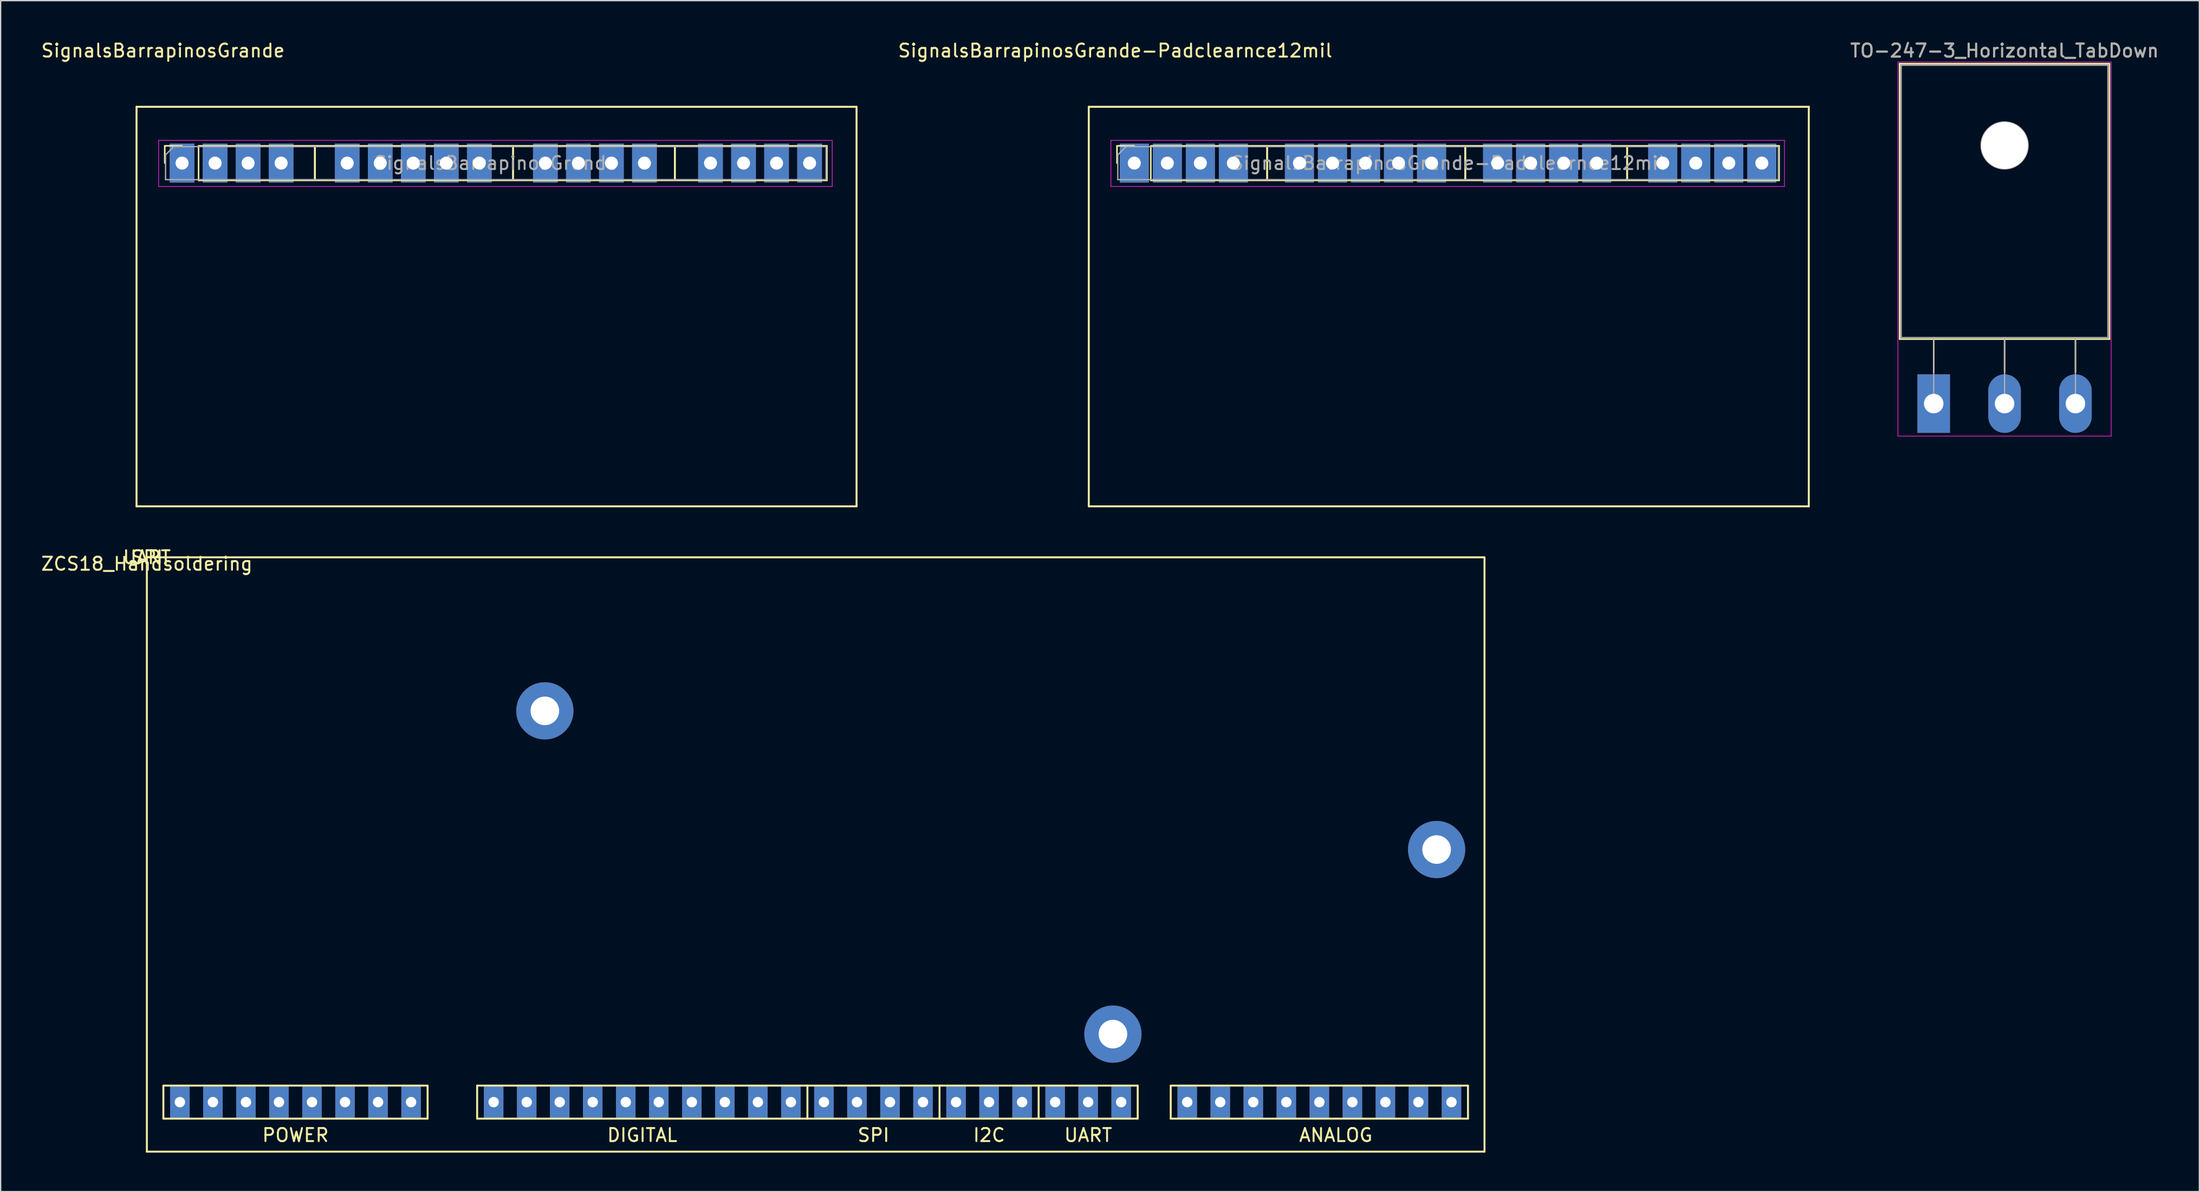
<source format=kicad_pcb>
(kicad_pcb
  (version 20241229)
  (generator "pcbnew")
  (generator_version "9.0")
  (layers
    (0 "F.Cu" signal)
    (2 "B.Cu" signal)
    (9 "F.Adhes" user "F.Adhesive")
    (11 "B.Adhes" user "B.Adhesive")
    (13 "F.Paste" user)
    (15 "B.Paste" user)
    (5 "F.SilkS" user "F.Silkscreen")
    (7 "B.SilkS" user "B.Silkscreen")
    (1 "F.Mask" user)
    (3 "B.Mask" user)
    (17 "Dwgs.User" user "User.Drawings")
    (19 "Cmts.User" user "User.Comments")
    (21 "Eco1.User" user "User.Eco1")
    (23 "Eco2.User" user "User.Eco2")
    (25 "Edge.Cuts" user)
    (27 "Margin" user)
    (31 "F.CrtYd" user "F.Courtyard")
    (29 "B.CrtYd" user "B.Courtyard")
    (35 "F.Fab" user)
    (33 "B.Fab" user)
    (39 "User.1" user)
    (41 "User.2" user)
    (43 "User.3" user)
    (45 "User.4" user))
  (footprint "ZCS18_Handsoldering"
    (layer "F.Cu")
    (at 8.244 39.824)
    (property "Reference" "ZCS18_Handsoldering" (at 0 0.5 0) (layer "F.SilkS") (effects (font (size 1 1) (thickness 0.15))))
    (attr through_hole)
    (fp_line (start 0 0) (end 0 45.72) (stroke (width 0.15) (type solid)) (layer "F.SilkS"))
    (fp_line (start 0 0) (end 102.87 0) (stroke (width 0.15) (type solid)) (layer "F.SilkS"))
    (fp_line (start 0 45.72) (end 102.87 45.72) (stroke (width 0.15) (type solid)) (layer "F.SilkS"))
    (fp_line (start 1.27 40.64) (end 1.27 43.18) (stroke (width 0.15) (type solid)) (layer "F.SilkS"))
    (fp_line (start 1.27 43.18) (end 21.59 43.18) (stroke (width 0.15) (type solid)) (layer "F.SilkS"))
    (fp_line (start 21.59 40.64) (end 1.27 40.64) (stroke (width 0.15) (type solid)) (layer "F.SilkS"))
    (fp_line (start 21.59 43.18) (end 21.59 40.64) (stroke (width 0.15) (type solid)) (layer "F.SilkS"))
    (fp_line (start 25.4 40.64) (end 25.4 43.18) (stroke (width 0.15) (type solid)) (layer "F.SilkS"))
    (fp_line (start 25.4 43.18) (end 50.8 43.18) (stroke (width 0.15) (type solid)) (layer "F.SilkS"))
    (fp_line (start 50.8 40.64) (end 25.4 40.64) (stroke (width 0.15) (type solid)) (layer "F.SilkS"))
    (fp_line (start 50.8 43.18) (end 50.8 40.64) (stroke (width 0.15) (type solid)) (layer "F.SilkS"))
    (fp_line (start 50.8 43.18) (end 60.96 43.18) (stroke (width 0.15) (type solid)) (layer "F.SilkS"))
    (fp_line (start 60.96 40.64) (end 50.8 40.64) (stroke (width 0.15) (type solid)) (layer "F.SilkS"))
    (fp_line (start 60.96 43.18) (end 60.96 40.64) (stroke (width 0.15) (type solid)) (layer "F.SilkS"))
    (fp_line (start 60.96 43.18) (end 68.58 43.18) (stroke (width 0.15) (type solid)) (layer "F.SilkS"))
    (fp_line (start 68.58 40.64) (end 60.96 40.64) (stroke (width 0.15) (type solid)) (layer "F.SilkS"))
    (fp_line (start 68.58 43.18) (end 68.58 40.64) (stroke (width 0.15) (type solid)) (layer "F.SilkS"))
    (fp_line (start 68.58 43.18) (end 76.2 43.18) (stroke (width 0.15) (type solid)) (layer "F.SilkS"))
    (fp_line (start 76.2 40.64) (end 68.58 40.64) (stroke (width 0.15) (type solid)) (layer "F.SilkS"))
    (fp_line (start 76.2 43.18) (end 76.2 40.64) (stroke (width 0.15) (type solid)) (layer "F.SilkS"))
    (fp_line (start 78.74 40.64) (end 78.74 43.18) (stroke (width 0.15) (type solid)) (layer "F.SilkS"))
    (fp_line (start 78.74 43.18) (end 101.6 43.18) (stroke (width 0.15) (type solid)) (layer "F.SilkS"))
    (fp_line (start 101.6 40.64) (end 78.74 40.64) (stroke (width 0.15) (type solid)) (layer "F.SilkS"))
    (fp_line (start 101.6 43.18) (end 101.6 40.64) (stroke (width 0.15) (type solid)) (layer "F.SilkS"))
    (fp_line (start 102.87 0) (end 102.87 45.72) (stroke (width 0.15) (type solid)) (layer "F.SilkS"))
    (fp_text user "SPI" (at 0 0 0) (layer "F.SilkS") (effects (font (size 1 1) (thickness 0.15))))
    (fp_text user "ANALOG" (at 91.44 44.45 0) (layer "F.SilkS") (effects (font (size 1 1) (thickness 0.15))))
    (fp_text user "POWER" (at 11.43 44.45 0) (layer "F.SilkS") (effects (font (size 1 1) (thickness 0.15))))
    (fp_text user "I2C" (at 64.77 44.45 0) (layer "F.SilkS") (effects (font (size 1 1) (thickness 0.15))))
    (fp_text user "UART" (at 72.39 44.45 0) (layer "F.SilkS") (effects (font (size 1 1) (thickness 0.15))))
    (fp_text user "UART" (at 0 0 0) (layer "F.SilkS") (effects (font (size 1 1) (thickness 0.15))))
    (fp_text user "SPI" (at 55.88 44.45 0) (layer "F.SilkS") (effects (font (size 1 1) (thickness 0.15))))
    (fp_text user "DIGITAL" (at 38.1 44.45 0) (layer "F.SilkS") (effects (font (size 1 1) (thickness 0.15))))
    (pad "1" thru_hole rect (at 2.54 41.91) (size 1.5 2.4) (drill 0.8) (layers "*.Cu" "*.Mask"))
    (pad "2" thru_hole rect (at 5.08 41.91) (size 1.5 2.4) (drill 0.8) (layers "*.Cu" "*.Mask"))
    (pad "3" thru_hole rect (at 7.62 41.91) (size 1.5 2.4) (drill 0.8) (layers "*.Cu" "*.Mask"))
    (pad "4" thru_hole rect (at 10.16 41.91) (size 1.5 2.4) (drill 0.8) (layers "*.Cu" "*.Mask"))
    (pad "5" thru_hole rect (at 12.7 41.91) (size 1.5 2.4) (drill 0.8) (layers "*.Cu" "*.Mask"))
    (pad "6" thru_hole rect (at 15.24 41.91) (size 1.5 2.4) (drill 0.8) (layers "*.Cu" "*.Mask"))
    (pad "7" thru_hole rect (at 17.78 41.91) (size 1.5 2.4) (drill 0.8) (layers "*.Cu" "*.Mask"))
    (pad "8" thru_hole rect (at 20.32 41.91) (size 1.5 2.4) (drill 0.8) (layers "*.Cu" "*.Mask"))
    (pad "9" thru_hole rect (at 26.67 41.91) (size 1.5 2.4) (drill 0.8) (layers "*.Cu" "*.Mask"))
    (pad "10" thru_hole rect (at 29.21 41.91) (size 1.5 2.4) (drill 0.8) (layers "*.Cu" "*.Mask"))
    (pad "11" thru_hole rect (at 31.75 41.91) (size 1.5 2.4) (drill 0.8) (layers "*.Cu" "*.Mask"))
    (pad "12" thru_hole rect (at 34.29 41.91) (size 1.5 2.4) (drill 0.8) (layers "*.Cu" "*.Mask"))
    (pad "13" thru_hole rect (at 36.83 41.91) (size 1.5 2.4) (drill 0.8) (layers "*.Cu" "*.Mask"))
    (pad "14" thru_hole rect (at 39.37 41.91) (size 1.5 2.4) (drill 0.8) (layers "*.Cu" "*.Mask"))
    (pad "15" thru_hole rect (at 41.91 41.91) (size 1.5 2.4) (drill 0.8) (layers "*.Cu" "*.Mask"))
    (pad "16" thru_hole rect (at 44.45 41.91) (size 1.5 2.4) (drill 0.8) (layers "*.Cu" "*.Mask"))
    (pad "17" thru_hole rect (at 46.99 41.91) (size 1.5 2.4) (drill 0.8) (layers "*.Cu" "*.Mask"))
    (pad "18" thru_hole rect (at 49.53 41.91) (size 1.5 2.4) (drill 0.8) (layers "*.Cu" "*.Mask"))
    (pad "19" thru_hole rect (at 52.07 41.91) (size 1.5 2.4) (drill 0.8) (layers "*.Cu" "*.Mask"))
    (pad "20" thru_hole rect (at 54.61 41.91) (size 1.5 2.4) (drill 0.8) (layers "*.Cu" "*.Mask"))
    (pad "21" thru_hole rect (at 57.15 41.91) (size 1.5 2.4) (drill 0.8) (layers "*.Cu" "*.Mask"))
    (pad "22" thru_hole rect (at 59.69 41.91) (size 1.5 2.4) (drill 0.8) (layers "*.Cu" "*.Mask"))
    (pad "23" thru_hole rect (at 62.23 41.91) (size 1.5 2.4) (drill 0.8) (layers "*.Cu" "*.Mask"))
    (pad "24" thru_hole rect (at 64.77 41.91) (size 1.5 2.4) (drill 0.8) (layers "*.Cu" "*.Mask"))
    (pad "25" thru_hole rect (at 67.31 41.91) (size 1.5 2.4) (drill 0.8) (layers "*.Cu" "*.Mask"))
    (pad "26" thru_hole rect (at 69.85 41.91) (size 1.5 2.4) (drill 0.8) (layers "*.Cu" "*.Mask"))
    (pad "27" thru_hole rect (at 72.39 41.91) (size 1.5 2.4) (drill 0.8) (layers "*.Cu" "*.Mask"))
    (pad "28" thru_hole rect (at 74.93 41.91) (size 1.5 2.4) (drill 0.8) (layers "*.Cu" "*.Mask"))
    (pad "29" thru_hole rect (at 80.01 41.91) (size 1.5 2.4) (drill 0.8) (layers "*.Cu" "*.Mask"))
    (pad "30" thru_hole rect (at 82.55 41.91) (size 1.5 2.4) (drill 0.8) (layers "*.Cu" "*.Mask"))
    (pad "31" thru_hole rect (at 85.09 41.91) (size 1.5 2.4) (drill 0.8) (layers "*.Cu" "*.Mask"))
    (pad "32" thru_hole rect (at 87.63 41.91) (size 1.5 2.4) (drill 0.8) (layers "*.Cu" "*.Mask"))
    (pad "33" thru_hole rect (at 90.17 41.91) (size 1.5 2.4) (drill 0.8) (layers "*.Cu" "*.Mask"))
    (pad "34" thru_hole rect (at 92.71 41.91) (size 1.5 2.4) (drill 0.8) (layers "*.Cu" "*.Mask"))
    (pad "35" thru_hole rect (at 95.25 41.91) (size 1.5 2.4) (drill 0.8) (layers "*.Cu" "*.Mask"))
    (pad "36" thru_hole rect (at 97.79 41.91) (size 1.5 2.4) (drill 0.8) (layers "*.Cu" "*.Mask"))
    (pad "37" thru_hole rect (at 100.33 41.91) (size 1.5 2.4) (drill 0.8) (layers "*.Cu" "*.Mask"))
    (pad "38" thru_hole circle (at 74.295 36.679) (size 4.4 4.4) (drill 2.2) (layers "*.Cu" "*.Mask"))
    (pad "39" thru_hole circle (at 99.187 22.479) (size 4.4 4.4) (drill 2.2) (layers "*.Cu" "*.Mask"))
    (pad "40" thru_hole circle (at 30.608 11.811) (size 4.4 4.4) (drill 2.2) (layers "*.Cu" "*.Mask")))
  (footprint "TO-247-3_Horizontal_TabDown"
    (layer "F.Cu")
    (at 145.66 27.998)
    (property "Reference" "TO-247-3_Horizontal_TabDown" (at 5.45 -27.15 0) (layer "F.SilkS") (effects (font (size 1 1) (thickness 0.15))))
    (attr through_hole)
    (fp_line (start -2.62 -26.15) (end -2.62 -4.96) (stroke (width 0.12) (type solid)) (layer "F.SilkS"))
    (fp_line (start -2.62 -26.15) (end 13.52 -26.15) (stroke (width 0.12) (type solid)) (layer "F.SilkS"))
    (fp_line (start -2.62 -4.96) (end 13.52 -4.96) (stroke (width 0.12) (type solid)) (layer "F.SilkS"))
    (fp_line (start 0 -4.96) (end 0 -2.4) (stroke (width 0.12) (type solid)) (layer "F.SilkS"))
    (fp_line (start 5.45 -4.96) (end 5.45 -2.4) (stroke (width 0.12) (type solid)) (layer "F.SilkS"))
    (fp_line (start 10.9 -4.96) (end 10.9 -2.4) (stroke (width 0.12) (type solid)) (layer "F.SilkS"))
    (fp_line (start 13.52 -26.15) (end 13.52 -4.96) (stroke (width 0.12) (type solid)) (layer "F.SilkS"))
    (fp_line (start -2.75 -26.28) (end -2.75 2.5) (stroke (width 0.05) (type solid)) (layer "F.CrtYd"))
    (fp_line (start -2.75 2.5) (end 13.65 2.5) (stroke (width 0.05) (type solid)) (layer "F.CrtYd"))
    (fp_line (start 13.65 -26.28) (end -2.75 -26.28) (stroke (width 0.05) (type solid)) (layer "F.CrtYd"))
    (fp_line (start 13.65 2.5) (end 13.65 -26.28) (stroke (width 0.05) (type solid)) (layer "F.CrtYd"))
    (fp_line (start -2.5 -26.03) (end 13.4 -26.03) (stroke (width 0.1) (type solid)) (layer "F.Fab"))
    (fp_line (start -2.5 -5.08) (end -2.5 -26.03) (stroke (width 0.1) (type solid)) (layer "F.Fab"))
    (fp_line (start 0 -5.08) (end 0 0) (stroke (width 0.1) (type solid)) (layer "F.Fab"))
    (fp_line (start 5.45 -5.08) (end 5.45 0) (stroke (width 0.1) (type solid)) (layer "F.Fab"))
    (fp_line (start 10.9 -5.08) (end 10.9 0) (stroke (width 0.1) (type solid)) (layer "F.Fab"))
    (fp_line (start 13.4 -26.03) (end 13.4 -5.08) (stroke (width 0.1) (type solid)) (layer "F.Fab"))
    (fp_line (start 13.4 -5.08) (end -2.5 -5.08) (stroke (width 0.1) (type solid)) (layer "F.Fab"))
    (fp_circle (center 5.45 -19.86) (end 7.255 -19.86) (stroke (width 0.1) (type solid)) (fill no) (layer "F.Fab"))
    (fp_text user "${REFERENCE}" (at 5.45 -27.15 0) (layer "F.Fab") (effects (font (size 1 1) (thickness 0.15))))
    (pad "" np_thru_hole oval (at 5.45 -19.86) (size 3.6 3.6) (drill 3.6) (layers "*.Cu" "*.Mask"))
    (pad "1" thru_hole rect (at 0 0) (size 2.5 4.5) (drill 1.5) (layers "*.Cu" "*.Mask"))
    (pad "2" thru_hole oval (at 5.45 0) (size 2.5 4.5) (drill 1.5) (layers "*.Cu" "*.Mask"))
    (pad "3" thru_hole oval (at 10.9 0) (size 2.5 4.5) (drill 1.5) (layers "*.Cu" "*.Mask")))
  (footprint "SignalsBarrapinosGrande-Padclearnce12mil"
    (layer "F.Cu")
    (at 80.681 5.166)
    (property "Reference" "SignalsBarrapinosGrande-Padclearnce12mil" (at 2.032 -4.318 180) (layer "F.SilkS") (effects (font (size 1 1) (thickness 0.15))))
    (attr through_hole)
    (fp_line (start 0 0) (end 0 30.734) (stroke (width 0.15) (type solid)) (layer "F.SilkS"))
    (fp_line (start 2.171 3.002) (end 3.501 3.002) (stroke (width 0.12) (type solid)) (layer "F.SilkS"))
    (fp_line (start 2.171 4.332) (end 2.171 3.002) (stroke (width 0.12) (type solid)) (layer "F.SilkS"))
    (fp_line (start 4.771 3.002) (end 53.091 3.002) (stroke (width 0.12) (type solid)) (layer "F.SilkS"))
    (fp_line (start 4.771 5.662) (end 4.771 3.002) (stroke (width 0.12) (type solid)) (layer "F.SilkS"))
    (fp_line (start 4.771 5.662) (end 53.091 5.662) (stroke (width 0.12) (type solid)) (layer "F.SilkS"))
    (fp_line (start 13.716 5.588) (end 13.716 3.048) (stroke (width 0.15) (type solid)) (layer "F.SilkS"))
    (fp_line (start 28.956 5.588) (end 28.956 3.048) (stroke (width 0.15) (type solid)) (layer "F.SilkS"))
    (fp_line (start 41.402 5.588) (end 41.402 3.048) (stroke (width 0.15) (type solid)) (layer "F.SilkS"))
    (fp_line (start 53.091 5.662) (end 53.091 3.002) (stroke (width 0.12) (type solid)) (layer "F.SilkS"))
    (fp_line (start 55.372 0) (end 0 0) (stroke (width 0.15) (type solid)) (layer "F.SilkS"))
    (fp_line (start 55.372 0) (end 55.372 30.734) (stroke (width 0.15) (type solid)) (layer "F.SilkS"))
    (fp_line (start 55.372 30.734) (end 0 30.734) (stroke (width 0.15) (type solid)) (layer "F.SilkS"))
    (fp_line (start 1.701 2.582) (end 53.501 2.582) (stroke (width 0.05) (type solid)) (layer "F.CrtYd"))
    (fp_line (start 1.701 6.132) (end 1.701 2.582) (stroke (width 0.05) (type solid)) (layer "F.CrtYd"))
    (fp_line (start 53.501 2.582) (end 53.501 6.132) (stroke (width 0.05) (type solid)) (layer "F.CrtYd"))
    (fp_line (start 53.501 6.132) (end 1.701 6.132) (stroke (width 0.05) (type solid)) (layer "F.CrtYd"))
    (fp_line (start 2.231 3.697) (end 2.866 3.062) (stroke (width 0.1) (type solid)) (layer "F.Fab"))
    (fp_line (start 2.231 5.602) (end 2.231 3.697) (stroke (width 0.1) (type solid)) (layer "F.Fab"))
    (fp_line (start 2.866 3.062) (end 53.031 3.062) (stroke (width 0.1) (type solid)) (layer "F.Fab"))
    (fp_line (start 53.031 3.062) (end 53.031 5.602) (stroke (width 0.1) (type solid)) (layer "F.Fab"))
    (fp_line (start 53.031 5.602) (end 2.231 5.602) (stroke (width 0.1) (type solid)) (layer "F.Fab"))
    (fp_text user "${REFERENCE}" (at 27.631 4.332 180) (layer "F.Fab") (effects (font (size 1 1) (thickness 0.15))))
    (pad "1" thru_hole rect (at 3.501 4.332 90) (size 3 2.235) (drill 1) (layers "*.Cu" "*.Mask"))
    (pad "2" thru_hole rect (at 6.041 4.332 90) (size 3 2.235) (drill 1) (layers "*.Cu" "*.Mask"))
    (pad "3" thru_hole rect (at 8.581 4.332 90) (size 3 2.235) (drill 1) (layers "*.Cu" "*.Mask"))
    (pad "4" thru_hole rect (at 11.121 4.332 90) (size 3 2.235) (drill 1) (layers "*.Cu" "*.Mask"))
    (pad "5" thru_hole rect (at 16.201 4.332 90) (size 3 2.235) (drill 1) (layers "*.Cu" "*.Mask"))
    (pad "6" thru_hole rect (at 18.741 4.332 90) (size 3 2.235) (drill 1) (layers "*.Cu" "*.Mask"))
    (pad "7" thru_hole rect (at 21.281 4.332 90) (size 3 2.235) (drill 1) (layers "*.Cu" "*.Mask"))
    (pad "8" thru_hole rect (at 23.821 4.332 90) (size 3 2.235) (drill 1) (layers "*.Cu" "*.Mask"))
    (pad "9" thru_hole rect (at 26.361 4.332 90) (size 3 2.235) (drill 1) (layers "*.Cu" "*.Mask"))
    (pad "10" thru_hole rect (at 31.441 4.332 90) (size 3 2.235) (drill 1) (layers "*.Cu" "*.Mask"))
    (pad "11" thru_hole rect (at 33.981 4.332 90) (size 3 2.235) (drill 1) (layers "*.Cu" "*.Mask"))
    (pad "12" thru_hole rect (at 36.521 4.332 90) (size 3 2.235) (drill 1) (layers "*.Cu" "*.Mask"))
    (pad "13" thru_hole rect (at 39.061 4.332 90) (size 3 2.235) (drill 1) (layers "*.Cu" "*.Mask"))
    (pad "14" thru_hole rect (at 44.141 4.332 90) (size 3 2.235) (drill 1) (layers "*.Cu" "*.Mask"))
    (pad "15" thru_hole rect (at 46.681 4.332 90) (size 3 2.235) (drill 1) (layers "*.Cu" "*.Mask"))
    (pad "16" thru_hole rect (at 49.221 4.332 90) (size 3 2.235) (drill 1) (layers "*.Cu" "*.Mask"))
    (pad "17" thru_hole rect (at 51.761 4.332 90) (size 3 2.235) (drill 1) (layers "*.Cu" "*.Mask")))
  (footprint "SignalsBarrapinosGrande"
    (layer "F.Cu")
    (at 7.45 5.166)
    (property "Reference" "SignalsBarrapinosGrande" (at 2.032 -4.318 180) (layer "F.SilkS") (effects (font (size 1 1) (thickness 0.15))))
    (attr through_hole)
    (fp_line (start 0 0) (end 0 30.734) (stroke (width 0.15) (type solid)) (layer "F.SilkS"))
    (fp_line (start 2.171 3.002) (end 3.501 3.002) (stroke (width 0.12) (type solid)) (layer "F.SilkS"))
    (fp_line (start 2.171 4.332) (end 2.171 3.002) (stroke (width 0.12) (type solid)) (layer "F.SilkS"))
    (fp_line (start 4.771 3.002) (end 53.091 3.002) (stroke (width 0.12) (type solid)) (layer "F.SilkS"))
    (fp_line (start 4.771 5.662) (end 4.771 3.002) (stroke (width 0.12) (type solid)) (layer "F.SilkS"))
    (fp_line (start 4.771 5.662) (end 53.091 5.662) (stroke (width 0.12) (type solid)) (layer "F.SilkS"))
    (fp_line (start 13.716 5.588) (end 13.716 3.048) (stroke (width 0.15) (type solid)) (layer "F.SilkS"))
    (fp_line (start 28.956 5.588) (end 28.956 3.048) (stroke (width 0.15) (type solid)) (layer "F.SilkS"))
    (fp_line (start 41.402 5.588) (end 41.402 3.048) (stroke (width 0.15) (type solid)) (layer "F.SilkS"))
    (fp_line (start 53.091 5.662) (end 53.091 3.002) (stroke (width 0.12) (type solid)) (layer "F.SilkS"))
    (fp_line (start 55.372 0) (end 0 0) (stroke (width 0.15) (type solid)) (layer "F.SilkS"))
    (fp_line (start 55.372 0) (end 55.372 30.734) (stroke (width 0.15) (type solid)) (layer "F.SilkS"))
    (fp_line (start 55.372 30.734) (end 0 30.734) (stroke (width 0.15) (type solid)) (layer "F.SilkS"))
    (fp_line (start 1.701 2.582) (end 53.501 2.582) (stroke (width 0.05) (type solid)) (layer "F.CrtYd"))
    (fp_line (start 1.701 6.132) (end 1.701 2.582) (stroke (width 0.05) (type solid)) (layer "F.CrtYd"))
    (fp_line (start 53.501 2.582) (end 53.501 6.132) (stroke (width 0.05) (type solid)) (layer "F.CrtYd"))
    (fp_line (start 53.501 6.132) (end 1.701 6.132) (stroke (width 0.05) (type solid)) (layer "F.CrtYd"))
    (fp_line (start 2.231 3.697) (end 2.866 3.062) (stroke (width 0.1) (type solid)) (layer "F.Fab"))
    (fp_line (start 2.231 5.602) (end 2.231 3.697) (stroke (width 0.1) (type solid)) (layer "F.Fab"))
    (fp_line (start 2.866 3.062) (end 53.031 3.062) (stroke (width 0.1) (type solid)) (layer "F.Fab"))
    (fp_line (start 53.031 3.062) (end 53.031 5.602) (stroke (width 0.1) (type solid)) (layer "F.Fab"))
    (fp_line (start 53.031 5.602) (end 2.231 5.602) (stroke (width 0.1) (type solid)) (layer "F.Fab"))
    (fp_text user "${REFERENCE}" (at 27.631 4.332 180) (layer "F.Fab") (effects (font (size 1 1) (thickness 0.15))))
    (pad "1" thru_hole rect (at 3.501 4.332 90) (size 3 1.9) (drill 1) (layers "*.Cu" "*.Mask"))
    (pad "2" thru_hole rect (at 6.041 4.332 90) (size 3 1.9) (drill 1) (layers "*.Cu" "*.Mask"))
    (pad "3" thru_hole rect (at 8.581 4.332 90) (size 3 1.9) (drill 1) (layers "*.Cu" "*.Mask"))
    (pad "4" thru_hole rect (at 11.121 4.332 90) (size 3 1.9) (drill 1) (layers "*.Cu" "*.Mask"))
    (pad "5" thru_hole rect (at 16.201 4.332 90) (size 3 1.9) (drill 1) (layers "*.Cu" "*.Mask"))
    (pad "6" thru_hole rect (at 18.741 4.332 90) (size 3 1.9) (drill 1) (layers "*.Cu" "*.Mask"))
    (pad "7" thru_hole rect (at 21.281 4.332 90) (size 3 1.9) (drill 1) (layers "*.Cu" "*.Mask"))
    (pad "8" thru_hole rect (at 23.821 4.332 90) (size 3 1.9) (drill 1) (layers "*.Cu" "*.Mask"))
    (pad "9" thru_hole rect (at 26.361 4.332 90) (size 3 1.9) (drill 1) (layers "*.Cu" "*.Mask"))
    (pad "10" thru_hole rect (at 31.441 4.332 90) (size 3 1.9) (drill 1) (layers "*.Cu" "*.Mask"))
    (pad "11" thru_hole rect (at 33.981 4.332 90) (size 3 1.9) (drill 1) (layers "*.Cu" "*.Mask"))
    (pad "12" thru_hole rect (at 36.521 4.332 90) (size 3 1.9) (drill 1) (layers "*.Cu" "*.Mask"))
    (pad "13" thru_hole rect (at 39.061 4.332 90) (size 3 1.9) (drill 1) (layers "*.Cu" "*.Mask"))
    (pad "14" thru_hole rect (at 44.141 4.332 90) (size 3 1.9) (drill 1) (layers "*.Cu" "*.Mask"))
    (pad "15" thru_hole rect (at 46.681 4.332 90) (size 3 1.9) (drill 1) (layers "*.Cu" "*.Mask"))
    (pad "16" thru_hole rect (at 49.221 4.332 90) (size 3 1.9) (drill 1) (layers "*.Cu" "*.Mask"))
    (pad "17" thru_hole rect (at 51.761 4.332 90) (size 3 1.9) (drill 1) (layers "*.Cu" "*.Mask")))
  (gr_rect
    (start -3 -3)
    (end 166.092 88.618)
    (stroke (width 0.1) (type default))
    (fill no)
    (layer "Edge.Cuts")))
</source>
